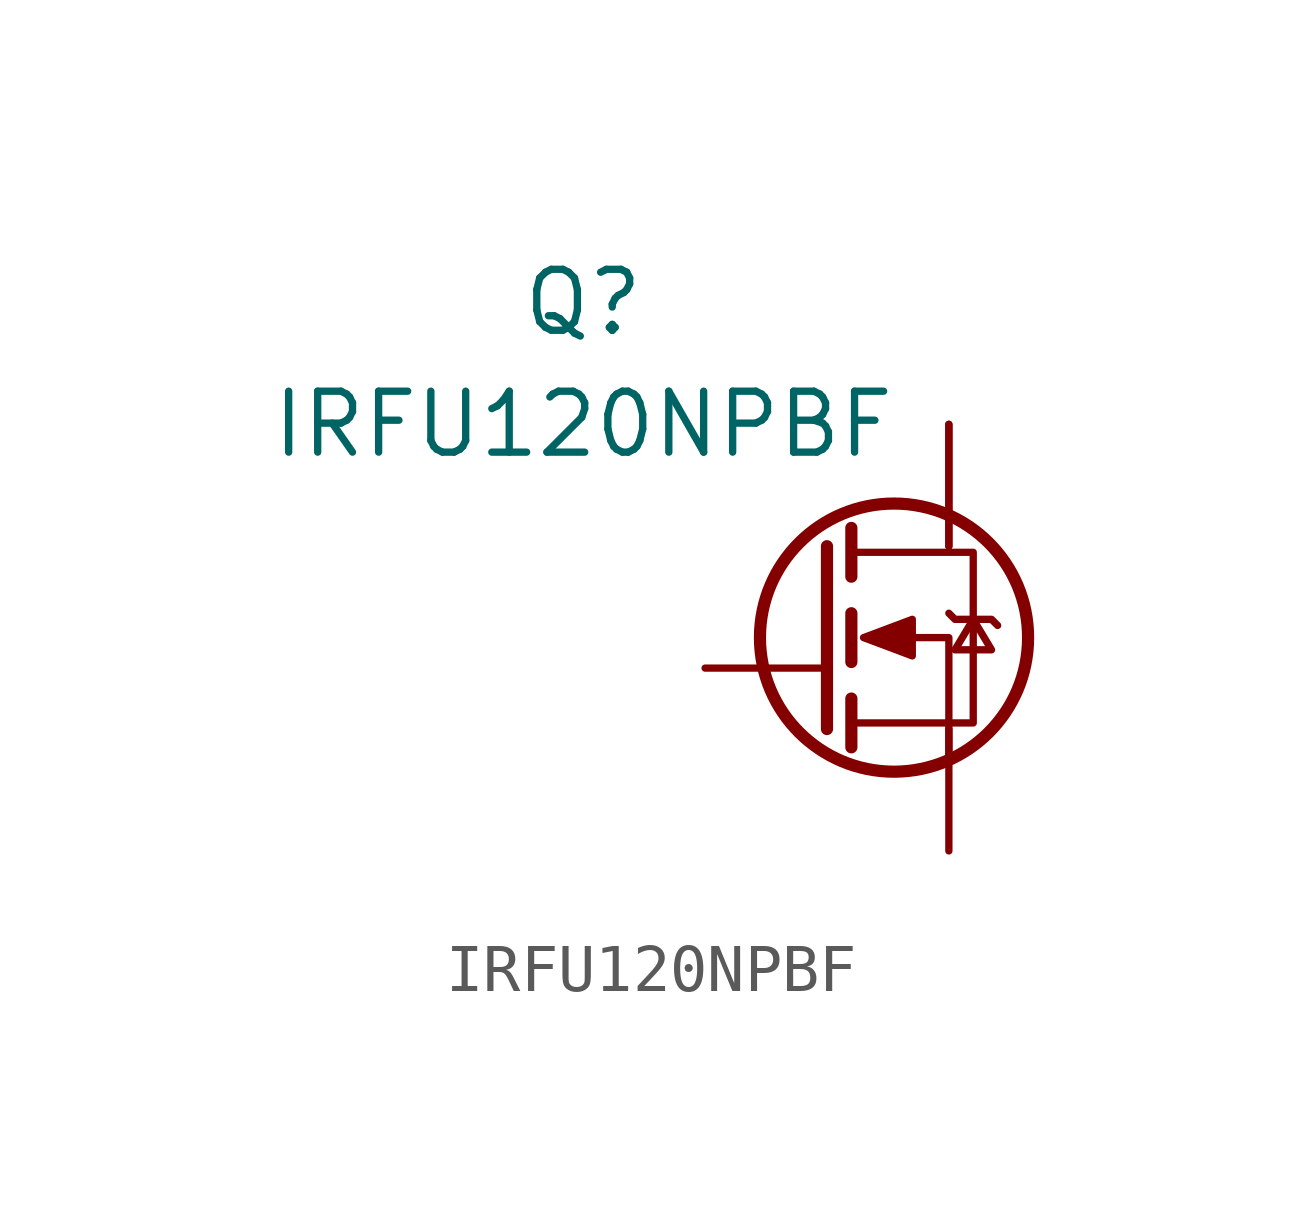
<source format=kicad_sym>
(kicad_symbol_lib
  (version 20211014)
  (generator kicad_symbol_editor)
  (symbol "IRFU120NPBF"
    (pin_numbers hide)
    (pin_names hide)
    (property "Reference" "Q"
      (at -2.54 7.62 0)
      (effects (font (size 1.27 1.27))))
    (property "Value" "IRFU120NPBF"
      (at -2.54 5.08 0)
      (effects (font (size 1.27 1.27))))
    (symbol "IRFU120NPBF_0_1"
      (polyline (pts (xy 2.54 2.54) (xy 2.54 -1.27)) (stroke (width 0.254) (type default) (color 0 0 0 0)) (fill (type none)))
      (polyline (pts (xy 3.048 -0.635) (xy 3.048 -1.651)) (stroke (width 0.254) (type default) (color 0 0 0 0)) (fill (type none)))
      (polyline (pts (xy 3.048 1.143) (xy 3.048 0.127)) (stroke (width 0.254) (type default) (color 0 0 0 0)) (fill (type none)))
      (polyline (pts (xy 3.048 2.921) (xy 3.048 1.905)) (stroke (width 0.254) (type default) (color 0 0 0 0)) (fill (type none)))
      (polyline (pts (xy 5.08 -1.905) (xy 5.08 0.635) (xy 3.81 0.635)) (stroke (width 0) (type default) (color 0 0 0 0)) (fill (type none)))
      (polyline (pts (xy 3.048 -1.143) (xy 5.588 -1.143) (xy 5.588 2.413) (xy 3.048 2.413)) (stroke (width 0) (type default) (color 0 0 0 0)) (fill (type none)))
      (polyline (pts (xy 3.302 0.635) (xy 4.318 1.016) (xy 4.318 0.254) (xy 3.302 0.635)) (stroke (width 0) (type default) (color 0 0 0 0)) (fill (type outline)))
      (polyline (pts (xy 5.08 1.143) (xy 5.207 1.016) (xy 5.969 1.016) (xy 6.096 0.889)) (stroke (width 0) (type default) (color 0 0 0 0)) (fill (type none)))
      (polyline (pts (xy 5.588 1.016) (xy 5.207 0.381) (xy 5.969 0.381) (xy 5.588 1.016)) (stroke (width 0) (type default) (color 0 0 0 0)) (fill (type none)))
      (circle (center 3.937 0.635) (radius 2.794) (stroke (width 0.254) (type default) (color 0 0 0 0)) (fill (type none))))
    (symbol "IRFU120NPBF_1_1"
      (pin passive line (at 0 0 0) (length 2.54) (name "G" (effects (font (size 1.27 1.27)))) (number "1" (effects (font (size 1.27 1.27)))))
      (pin passive line (at 5.08 5.08 270) (length 2.54) (name "D" (effects (font (size 1.27 1.27)))) (number "2" (effects (font (size 1.27 1.27)))))
      (pin passive line (at 5.08 -3.81 90) (length 2.54) (name "S" (effects (font (size 1.27 1.27)))) (number "3" (effects (font (size 1.27 1.27)))))
      (pin passive line (at 5.08 5.08 270) (length 2.54) (name "D" (effects (font (size 1.27 1.27)))) (number "4" (effects (font (size 1.27 1.27))))))))
</source>
